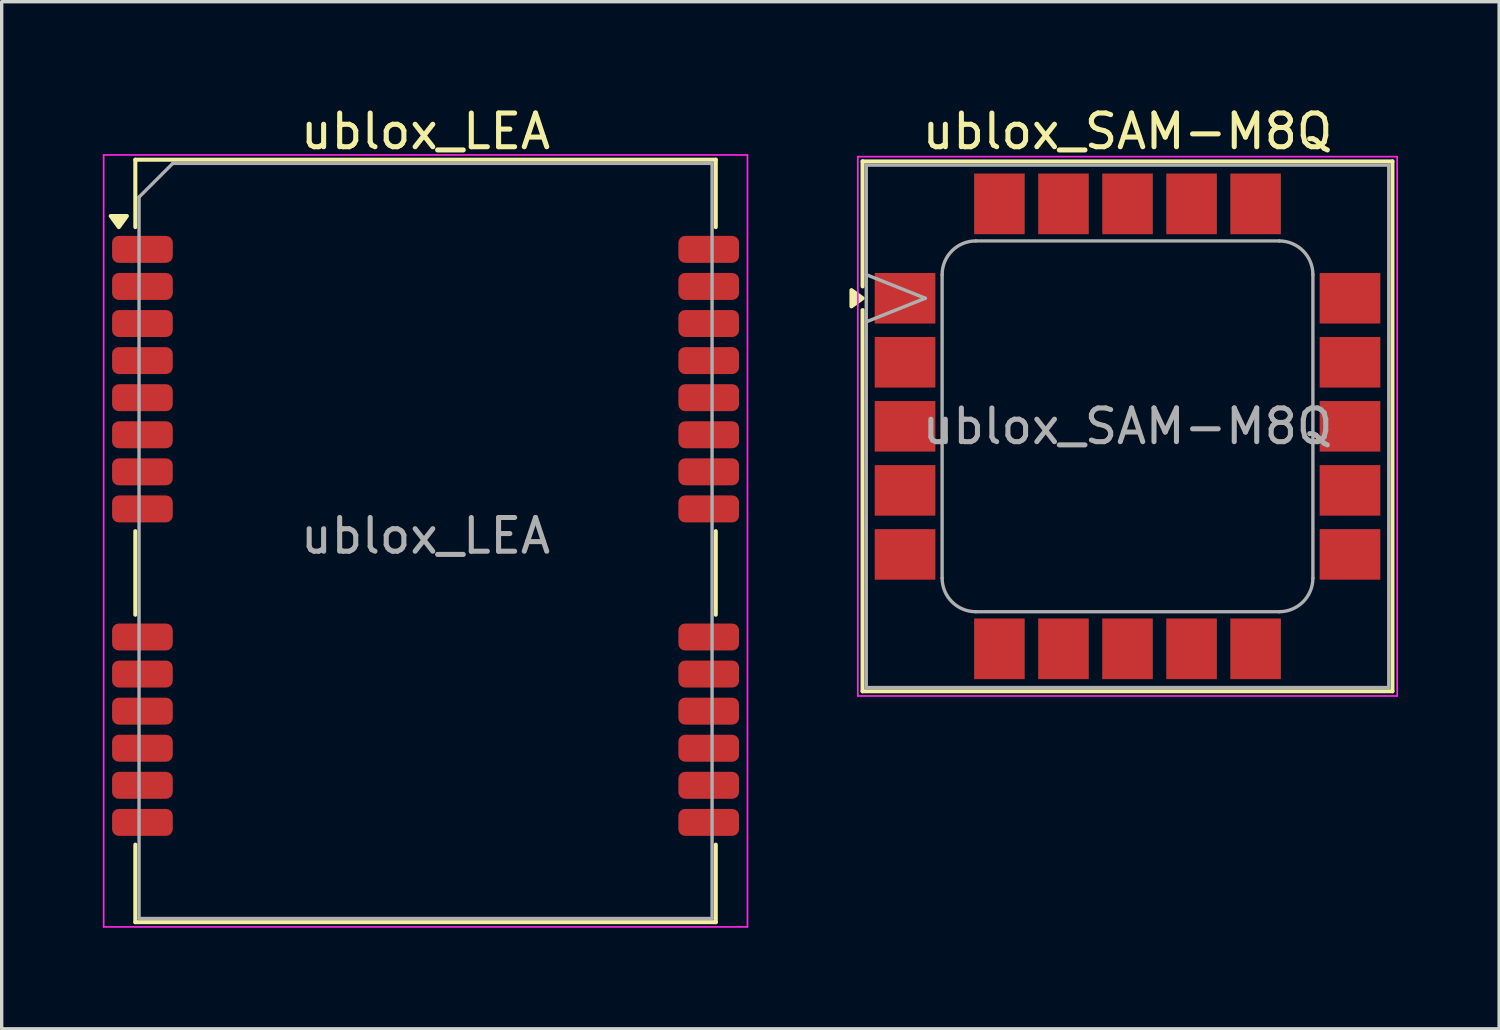
<source format=kicad_pcb>
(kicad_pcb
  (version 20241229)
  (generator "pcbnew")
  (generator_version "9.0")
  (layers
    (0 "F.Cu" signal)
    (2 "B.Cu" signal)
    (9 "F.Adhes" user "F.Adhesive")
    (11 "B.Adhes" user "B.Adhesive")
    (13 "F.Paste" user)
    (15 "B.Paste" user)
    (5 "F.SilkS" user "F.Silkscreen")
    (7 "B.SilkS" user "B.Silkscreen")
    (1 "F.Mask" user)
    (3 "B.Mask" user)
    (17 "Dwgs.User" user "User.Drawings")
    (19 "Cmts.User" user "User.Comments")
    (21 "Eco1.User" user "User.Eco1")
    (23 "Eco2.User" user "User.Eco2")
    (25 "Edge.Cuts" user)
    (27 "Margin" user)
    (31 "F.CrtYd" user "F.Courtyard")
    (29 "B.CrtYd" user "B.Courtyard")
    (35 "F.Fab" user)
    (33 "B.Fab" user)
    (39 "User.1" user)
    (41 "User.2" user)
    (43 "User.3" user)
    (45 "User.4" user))
  (footprint "ublox_LEA"
    (layer "F.Cu")
    (at 9.575 12.848)
    (property "Reference" "ublox_LEA" (at 0 -12 0) (layer "F.SilkS") (effects (font (size 1 1) (thickness 0.15))))
    (attr smd)
    (fp_line (start -8.61 -11.16) (end -8.61 -9.16) (stroke (width 0.12) (type solid)) (layer "F.SilkS"))
    (fp_line (start -8.61 -11.16) (end 8.61 -11.16) (stroke (width 0.12) (type solid)) (layer "F.SilkS"))
    (fp_line (start -8.61 -0.14) (end -8.61 2.34) (stroke (width 0.12) (type solid)) (layer "F.SilkS"))
    (fp_line (start -8.61 9.16) (end -8.61 11.46) (stroke (width 0.12) (type solid)) (layer "F.SilkS"))
    (fp_line (start -8.61 11.46) (end 8.61 11.46) (stroke (width 0.12) (type solid)) (layer "F.SilkS"))
    (fp_line (start 8.61 -11.16) (end 8.61 -9.16) (stroke (width 0.12) (type solid)) (layer "F.SilkS"))
    (fp_line (start 8.61 -0.14) (end 8.61 2.34) (stroke (width 0.12) (type solid)) (layer "F.SilkS"))
    (fp_line (start 8.61 9.16) (end 8.61 11.46) (stroke (width 0.12) (type solid)) (layer "F.SilkS"))
    (fp_poly (pts (xy -9.1 -9.16) (xy -9.34 -9.49) (xy -8.86 -9.49) (xy -9.1 -9.16)) (stroke (width 0.12) (type solid)) (fill yes) (layer "F.SilkS"))
    (fp_line (start -9.55 -11.3) (end -9.55 11.6) (stroke (width 0.05) (type solid)) (layer "F.CrtYd"))
    (fp_line (start -9.55 -11.3) (end 9.55 -11.3) (stroke (width 0.05) (type solid)) (layer "F.CrtYd"))
    (fp_line (start -9.55 11.6) (end 9.55 11.6) (stroke (width 0.05) (type solid)) (layer "F.CrtYd"))
    (fp_line (start 9.55 -11.3) (end 9.55 11.6) (stroke (width 0.05) (type solid)) (layer "F.CrtYd"))
    (fp_line (start -8.5 -10.05) (end -8.5 11.34) (stroke (width 0.1) (type solid)) (layer "F.Fab"))
    (fp_line (start -8.5 11.35) (end 8.5 11.35) (stroke (width 0.1) (type solid)) (layer "F.Fab"))
    (fp_line (start -7.5 -11.05) (end -8.5 -10.05) (stroke (width 0.1) (type solid)) (layer "F.Fab"))
    (fp_line (start -7.5 -11.05) (end 8.5 -11.05) (stroke (width 0.1) (type solid)) (layer "F.Fab"))
    (fp_line (start 8.5 -11.05) (end 8.5 11.35) (stroke (width 0.1) (type solid)) (layer "F.Fab"))
    (fp_text user "${REFERENCE}" (at 0 0 0) (layer "F.Fab") (effects (font (size 1 1) (thickness 0.15))))
    (pad "1" smd roundrect (at -8.4 -8.5) (size 1.8 0.8) (layers "F.Cu" "F.Mask" "F.Paste") (roundrect_rratio 0.25))
    (pad "2" smd roundrect (at -8.4 -7.4) (size 1.8 0.8) (layers "F.Cu" "F.Mask" "F.Paste") (roundrect_rratio 0.25))
    (pad "3" smd roundrect (at -8.4 -6.3) (size 1.8 0.8) (layers "F.Cu" "F.Mask" "F.Paste") (roundrect_rratio 0.25))
    (pad "4" smd roundrect (at -8.4 -5.2) (size 1.8 0.8) (layers "F.Cu" "F.Mask" "F.Paste") (roundrect_rratio 0.25))
    (pad "5" smd roundrect (at -8.4 -4.1) (size 1.8 0.8) (layers "F.Cu" "F.Mask" "F.Paste") (roundrect_rratio 0.25))
    (pad "6" smd roundrect (at -8.4 -3) (size 1.8 0.8) (layers "F.Cu" "F.Mask" "F.Paste") (roundrect_rratio 0.25))
    (pad "7" smd roundrect (at -8.4 -1.9) (size 1.8 0.8) (layers "F.Cu" "F.Mask" "F.Paste") (roundrect_rratio 0.25))
    (pad "8" smd roundrect (at -8.4 -0.8) (size 1.8 0.8) (layers "F.Cu" "F.Mask" "F.Paste") (roundrect_rratio 0.25))
    (pad "9" smd roundrect (at -8.4 3) (size 1.8 0.8) (layers "F.Cu" "F.Mask" "F.Paste") (roundrect_rratio 0.25))
    (pad "10" smd roundrect (at -8.4 4.1) (size 1.8 0.8) (layers "F.Cu" "F.Mask" "F.Paste") (roundrect_rratio 0.25))
    (pad "11" smd roundrect (at -8.4 5.2) (size 1.8 0.8) (layers "F.Cu" "F.Mask" "F.Paste") (roundrect_rratio 0.25))
    (pad "12" smd roundrect (at -8.4 6.3) (size 1.8 0.8) (layers "F.Cu" "F.Mask" "F.Paste") (roundrect_rratio 0.25))
    (pad "13" smd roundrect (at -8.4 7.4) (size 1.8 0.8) (layers "F.Cu" "F.Mask" "F.Paste") (roundrect_rratio 0.25))
    (pad "14" smd roundrect (at -8.4 8.5) (size 1.8 0.8) (layers "F.Cu" "F.Mask" "F.Paste") (roundrect_rratio 0.25))
    (pad "15" smd roundrect (at 8.4 8.5) (size 1.8 0.8) (layers "F.Cu" "F.Mask" "F.Paste") (roundrect_rratio 0.25))
    (pad "16" smd roundrect (at 8.4 7.4) (size 1.8 0.8) (layers "F.Cu" "F.Mask" "F.Paste") (roundrect_rratio 0.25))
    (pad "17" smd roundrect (at 8.4 6.3) (size 1.8 0.8) (layers "F.Cu" "F.Mask" "F.Paste") (roundrect_rratio 0.25))
    (pad "18" smd roundrect (at 8.4 5.2) (size 1.8 0.8) (layers "F.Cu" "F.Mask" "F.Paste") (roundrect_rratio 0.25))
    (pad "19" smd roundrect (at 8.4 4.1) (size 1.8 0.8) (layers "F.Cu" "F.Mask" "F.Paste") (roundrect_rratio 0.25))
    (pad "20" smd roundrect (at 8.4 3) (size 1.8 0.8) (layers "F.Cu" "F.Mask" "F.Paste") (roundrect_rratio 0.25))
    (pad "21" smd roundrect (at 8.4 -0.8) (size 1.8 0.8) (layers "F.Cu" "F.Mask" "F.Paste") (roundrect_rratio 0.25))
    (pad "22" smd roundrect (at 8.4 -1.9) (size 1.8 0.8) (layers "F.Cu" "F.Mask" "F.Paste") (roundrect_rratio 0.25))
    (pad "23" smd roundrect (at 8.4 -3) (size 1.8 0.8) (layers "F.Cu" "F.Mask" "F.Paste") (roundrect_rratio 0.25))
    (pad "24" smd roundrect (at 8.4 -4.1) (size 1.8 0.8) (layers "F.Cu" "F.Mask" "F.Paste") (roundrect_rratio 0.25))
    (pad "25" smd roundrect (at 8.4 -5.2) (size 1.8 0.8) (layers "F.Cu" "F.Mask" "F.Paste") (roundrect_rratio 0.25))
    (pad "26" smd roundrect (at 8.4 -6.3) (size 1.8 0.8) (layers "F.Cu" "F.Mask" "F.Paste") (roundrect_rratio 0.25))
    (pad "27" smd roundrect (at 8.4 -7.4) (size 1.8 0.8) (layers "F.Cu" "F.Mask" "F.Paste") (roundrect_rratio 0.25))
    (pad "28" smd roundrect (at 8.4 -8.5) (size 1.8 0.8) (layers "F.Cu" "F.Mask" "F.Paste") (roundrect_rratio 0.25)))
  (footprint "ublox_SAM-M8Q"
    (layer "F.Cu")
    (at 30.4 9.598)
    (property "Reference" "ublox_SAM-M8Q" (at 0 -8.75 0) (layer "F.SilkS") (effects (font (size 1 1) (thickness 0.15))))
    (attr smd)
    (fp_line (start -7.86 -7.86) (end -7.86 -4.15) (stroke (width 0.12) (type solid)) (layer "F.SilkS"))
    (fp_line (start -7.86 -7.86) (end 7.86 -7.86) (stroke (width 0.12) (type solid)) (layer "F.SilkS"))
    (fp_line (start -7.86 -3.45) (end -7.86 7.86) (stroke (width 0.12) (type solid)) (layer "F.SilkS"))
    (fp_line (start -7.86 7.86) (end 7.86 7.86) (stroke (width 0.12) (type solid)) (layer "F.SilkS"))
    (fp_line (start 7.86 -7.86) (end 7.86 7.86) (stroke (width 0.12) (type solid)) (layer "F.SilkS"))
    (fp_poly (pts (xy -7.86 -3.8) (xy -8.19 -3.56) (xy -8.19 -4.04) (xy -7.86 -3.8)) (stroke (width 0.12) (type solid)) (fill yes) (layer "F.SilkS"))
    (fp_line (start -8 -8) (end -8 8) (stroke (width 0.05) (type solid)) (layer "F.CrtYd"))
    (fp_line (start -8 8) (end 8 8) (stroke (width 0.05) (type solid)) (layer "F.CrtYd"))
    (fp_line (start 8 -8) (end -8 -8) (stroke (width 0.05) (type solid)) (layer "F.CrtYd"))
    (fp_line (start 8 8) (end 8 -8) (stroke (width 0.05) (type solid)) (layer "F.CrtYd"))
    (fp_line (start -7.75 -7.75) (end -7.75 7.75) (stroke (width 0.1) (type solid)) (layer "F.Fab"))
    (fp_line (start -7.75 7.75) (end 7.75 7.75) (stroke (width 0.1) (type solid)) (layer "F.Fab"))
    (fp_line (start -6 -3.8) (end -7.75 -4.5) (stroke (width 0.1) (type solid)) (layer "F.Fab"))
    (fp_line (start -6 -3.8) (end -7.75 -3.1) (stroke (width 0.1) (type solid)) (layer "F.Fab"))
    (fp_line (start -5.5 -4.5) (end -5.5 4.5) (stroke (width 0.1) (type solid)) (layer "F.Fab"))
    (fp_line (start -4.5 5.5) (end 4.5 5.5) (stroke (width 0.1) (type solid)) (layer "F.Fab"))
    (fp_line (start 4.5 -5.5) (end -4.5 -5.5) (stroke (width 0.1) (type solid)) (layer "F.Fab"))
    (fp_line (start 5.5 4.5) (end 5.5 -4.5) (stroke (width 0.1) (type solid)) (layer "F.Fab"))
    (fp_line (start 7.75 -7.75) (end -7.75 -7.75) (stroke (width 0.1) (type solid)) (layer "F.Fab"))
    (fp_line (start 7.75 7.75) (end 7.75 -7.75) (stroke (width 0.1) (type solid)) (layer "F.Fab"))
    (fp_arc (start -5.5 -4.5) (mid -5.207107 -5.207107) (end -4.5 -5.5) (stroke (width 0.1) (type solid)) (layer "F.Fab"))
    (fp_arc (start -4.5 5.5) (mid -5.207107 5.207107) (end -5.5 4.5) (stroke (width 0.1) (type solid)) (layer "F.Fab"))
    (fp_arc (start 4.5 -5.5) (mid 5.207107 -5.207107) (end 5.5 -4.5) (stroke (width 0.1) (type solid)) (layer "F.Fab"))
    (fp_arc (start 5.5 4.5) (mid 5.207107 5.207107) (end 4.5 5.5) (stroke (width 0.1) (type solid)) (layer "F.Fab"))
    (fp_text user "${REFERENCE}" (at 0 0 0) (layer "F.Fab") (effects (font (size 1 1) (thickness 0.15))))
    (pad "" smd rect (at -7.1 -4.225) (size 0.72 0.58) (layers "F.Paste"))
    (pad "" smd rect (at -7.1 -3.375) (size 0.72 0.58) (layers "F.Paste"))
    (pad "" smd rect (at -7.1 -2.325) (size 0.72 0.58) (layers "F.Paste"))
    (pad "" smd rect (at -7.1 -1.475) (size 0.72 0.58) (layers "F.Paste"))
    (pad "" smd rect (at -7.1 -0.425) (size 0.72 0.58) (layers "F.Paste"))
    (pad "" smd rect (at -7.1 0.425) (size 0.72 0.58) (layers "F.Paste"))
    (pad "" smd rect (at -7.1 1.475) (size 0.72 0.58) (layers "F.Paste"))
    (pad "" smd rect (at -7.1 2.325) (size 0.72 0.58) (layers "F.Paste"))
    (pad "" smd rect (at -7.1 3.375) (size 0.72 0.58) (layers "F.Paste"))
    (pad "" smd rect (at -7.1 4.225) (size 0.72 0.58) (layers "F.Paste"))
    (pad "" smd rect (at -6.1 -4.225) (size 0.72 0.58) (layers "F.Paste"))
    (pad "" smd rect (at -6.1 -3.375) (size 0.72 0.58) (layers "F.Paste"))
    (pad "" smd rect (at -6.1 -2.325) (size 0.72 0.58) (layers "F.Paste"))
    (pad "" smd rect (at -6.1 -1.475) (size 0.72 0.58) (layers "F.Paste"))
    (pad "" smd rect (at -6.1 -0.425) (size 0.72 0.58) (layers "F.Paste"))
    (pad "" smd rect (at -6.1 0.425) (size 0.72 0.58) (layers "F.Paste"))
    (pad "" smd rect (at -6.1 1.475) (size 0.72 0.58) (layers "F.Paste"))
    (pad "" smd rect (at -6.1 2.325) (size 0.72 0.58) (layers "F.Paste"))
    (pad "" smd rect (at -6.1 3.375) (size 0.72 0.58) (layers "F.Paste"))
    (pad "" smd rect (at -6.1 4.225) (size 0.72 0.58) (layers "F.Paste"))
    (pad "" smd rect (at -4.225 -7.1) (size 0.58 0.72) (layers "F.Paste"))
    (pad "" smd rect (at -4.225 -6.1) (size 0.58 0.72) (layers "F.Paste"))
    (pad "" smd rect (at -4.225 6.1) (size 0.58 0.72) (layers "F.Paste"))
    (pad "" smd rect (at -4.225 7.1) (size 0.58 0.72) (layers "F.Paste"))
    (pad "" smd rect (at -3.375 -7.1) (size 0.58 0.72) (layers "F.Paste"))
    (pad "" smd rect (at -3.375 -6.1) (size 0.58 0.72) (layers "F.Paste"))
    (pad "" smd rect (at -3.375 6.1) (size 0.58 0.72) (layers "F.Paste"))
    (pad "" smd rect (at -3.375 7.1) (size 0.58 0.72) (layers "F.Paste"))
    (pad "" smd rect (at -2.325 -7.1) (size 0.58 0.72) (layers "F.Paste"))
    (pad "" smd rect (at -2.325 -6.1) (size 0.58 0.72) (layers "F.Paste"))
    (pad "" smd rect (at -2.325 6.1) (size 0.58 0.72) (layers "F.Paste"))
    (pad "" smd rect (at -2.325 7.1) (size 0.58 0.72) (layers "F.Paste"))
    (pad "" smd rect (at -1.475 -7.1) (size 0.58 0.72) (layers "F.Paste"))
    (pad "" smd rect (at -1.475 -6.1) (size 0.58 0.72) (layers "F.Paste"))
    (pad "" smd rect (at -1.475 6.1) (size 0.58 0.72) (layers "F.Paste"))
    (pad "" smd rect (at -1.475 7.1) (size 0.58 0.72) (layers "F.Paste"))
    (pad "" smd rect (at -0.425 -7.1) (size 0.58 0.72) (layers "F.Paste"))
    (pad "" smd rect (at -0.425 -6.1) (size 0.58 0.72) (layers "F.Paste"))
    (pad "" smd rect (at -0.425 6.1) (size 0.58 0.72) (layers "F.Paste"))
    (pad "" smd rect (at -0.425 7.1) (size 0.58 0.72) (layers "F.Paste"))
    (pad "" smd rect (at 0.425 -7.1) (size 0.58 0.72) (layers "F.Paste"))
    (pad "" smd rect (at 0.425 -6.1) (size 0.58 0.72) (layers "F.Paste"))
    (pad "" smd rect (at 0.425 6.1) (size 0.58 0.72) (layers "F.Paste"))
    (pad "" smd rect (at 0.425 7.1) (size 0.58 0.72) (layers "F.Paste"))
    (pad "" smd rect (at 1.475 -7.1) (size 0.58 0.72) (layers "F.Paste"))
    (pad "" smd rect (at 1.475 -6.1) (size 0.58 0.72) (layers "F.Paste"))
    (pad "" smd rect (at 1.475 6.1) (size 0.58 0.72) (layers "F.Paste"))
    (pad "" smd rect (at 1.475 7.1) (size 0.58 0.72) (layers "F.Paste"))
    (pad "" smd rect (at 2.325 -7.1) (size 0.58 0.72) (layers "F.Paste"))
    (pad "" smd rect (at 2.325 -6.1) (size 0.58 0.72) (layers "F.Paste"))
    (pad "" smd rect (at 2.325 6.1) (size 0.58 0.72) (layers "F.Paste"))
    (pad "" smd rect (at 2.325 7.1) (size 0.58 0.72) (layers "F.Paste"))
    (pad "" smd rect (at 3.375 -7.1) (size 0.58 0.72) (layers "F.Paste"))
    (pad "" smd rect (at 3.375 -6.1) (size 0.58 0.72) (layers "F.Paste"))
    (pad "" smd rect (at 3.375 6.1) (size 0.58 0.72) (layers "F.Paste"))
    (pad "" smd rect (at 3.375 7.1) (size 0.58 0.72) (layers "F.Paste"))
    (pad "" smd rect (at 4.225 -7.1) (size 0.58 0.72) (layers "F.Paste"))
    (pad "" smd rect (at 4.225 -6.1) (size 0.58 0.72) (layers "F.Paste"))
    (pad "" smd rect (at 4.225 6.1) (size 0.58 0.72) (layers "F.Paste"))
    (pad "" smd rect (at 4.225 7.1) (size 0.58 0.72) (layers "F.Paste"))
    (pad "" smd rect (at 6.1 -4.225) (size 0.72 0.58) (layers "F.Paste"))
    (pad "" smd rect (at 6.1 -3.375) (size 0.72 0.58) (layers "F.Paste"))
    (pad "" smd rect (at 6.1 -2.325) (size 0.72 0.58) (layers "F.Paste"))
    (pad "" smd rect (at 6.1 -1.475) (size 0.72 0.58) (layers "F.Paste"))
    (pad "" smd rect (at 6.1 -0.425) (size 0.72 0.58) (layers "F.Paste"))
    (pad "" smd rect (at 6.1 0.425) (size 0.72 0.58) (layers "F.Paste"))
    (pad "" smd rect (at 6.1 1.475) (size 0.72 0.58) (layers "F.Paste"))
    (pad "" smd rect (at 6.1 2.325) (size 0.72 0.58) (layers "F.Paste"))
    (pad "" smd rect (at 6.1 3.375) (size 0.72 0.58) (layers "F.Paste"))
    (pad "" smd rect (at 6.1 4.225) (size 0.72 0.58) (layers "F.Paste"))
    (pad "" smd rect (at 7.1 -4.225) (size 0.72 0.58) (layers "F.Paste"))
    (pad "" smd rect (at 7.1 -3.375) (size 0.72 0.58) (layers "F.Paste"))
    (pad "" smd rect (at 7.1 -2.325) (size 0.72 0.58) (layers "F.Paste"))
    (pad "" smd rect (at 7.1 -1.475) (size 0.72 0.58) (layers "F.Paste"))
    (pad "" smd rect (at 7.1 -0.425) (size 0.72 0.58) (layers "F.Paste"))
    (pad "" smd rect (at 7.1 0.425) (size 0.72 0.58) (layers "F.Paste"))
    (pad "" smd rect (at 7.1 1.475) (size 0.72 0.58) (layers "F.Paste"))
    (pad "" smd rect (at 7.1 2.325) (size 0.72 0.58) (layers "F.Paste"))
    (pad "" smd rect (at 7.1 3.375) (size 0.72 0.58) (layers "F.Paste"))
    (pad "" smd rect (at 7.1 4.225) (size 0.72 0.58) (layers "F.Paste"))
    (pad "1" smd rect (at -6.6 -3.8) (size 1.8 1.5) (layers "F.Cu" "F.Mask"))
    (pad "2" smd rect (at -6.6 -1.9) (size 1.8 1.5) (layers "F.Cu" "F.Mask"))
    (pad "3" smd rect (at -6.6 0) (size 1.8 1.5) (layers "F.Cu" "F.Mask"))
    (pad "4" smd rect (at -6.6 1.9) (size 1.8 1.5) (layers "F.Cu" "F.Mask"))
    (pad "5" smd rect (at -6.6 3.8) (size 1.8 1.5) (layers "F.Cu" "F.Mask"))
    (pad "6" smd rect (at -3.8 6.6) (size 1.5 1.8) (layers "F.Cu" "F.Mask"))
    (pad "7" smd rect (at -1.9 6.6) (size 1.5 1.8) (layers "F.Cu" "F.Mask"))
    (pad "8" smd rect (at 0 6.6) (size 1.5 1.8) (layers "F.Cu" "F.Mask"))
    (pad "9" smd rect (at 1.9 6.6) (size 1.5 1.8) (layers "F.Cu" "F.Mask"))
    (pad "10" smd rect (at 3.8 6.6) (size 1.5 1.8) (layers "F.Cu" "F.Mask"))
    (pad "11" smd rect (at 6.6 3.8) (size 1.8 1.5) (layers "F.Cu" "F.Mask"))
    (pad "12" smd rect (at 6.6 1.9) (size 1.8 1.5) (layers "F.Cu" "F.Mask"))
    (pad "13" smd rect (at 6.6 0) (size 1.8 1.5) (layers "F.Cu" "F.Mask"))
    (pad "14" smd rect (at 6.6 -1.9) (size 1.8 1.5) (layers "F.Cu" "F.Mask"))
    (pad "15" smd rect (at 6.6 -3.8) (size 1.8 1.5) (layers "F.Cu" "F.Mask"))
    (pad "16" smd rect (at 3.8 -6.6) (size 1.5 1.8) (layers "F.Cu" "F.Mask"))
    (pad "17" smd rect (at 1.9 -6.6) (size 1.5 1.8) (layers "F.Cu" "F.Mask"))
    (pad "18" smd rect (at 0 -6.6) (size 1.5 1.8) (layers "F.Cu" "F.Mask"))
    (pad "19" smd rect (at -1.9 -6.6) (size 1.5 1.8) (layers "F.Cu" "F.Mask"))
    (pad "20" smd rect (at -3.8 -6.6) (size 1.5 1.8) (layers "F.Cu" "F.Mask")))
  (gr_rect
    (start -3 -3)
    (end 41.425 27.473)
    (stroke (width 0.1) (type default))
    (fill no)
    (layer "Edge.Cuts")))
</source>
